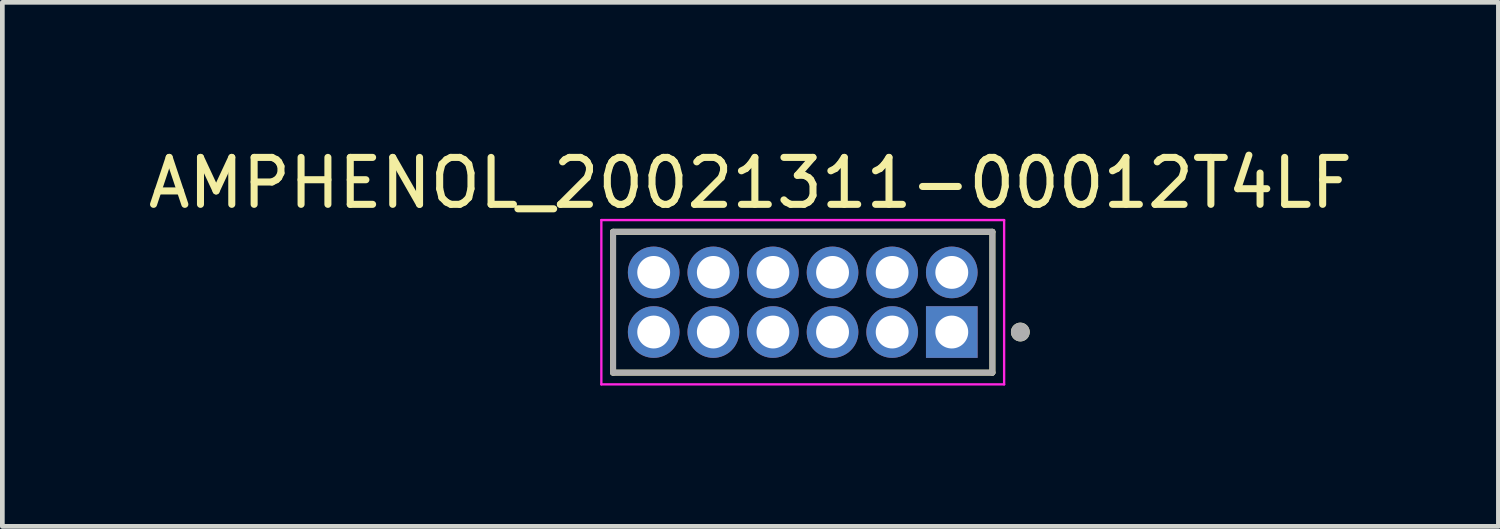
<source format=kicad_pcb>
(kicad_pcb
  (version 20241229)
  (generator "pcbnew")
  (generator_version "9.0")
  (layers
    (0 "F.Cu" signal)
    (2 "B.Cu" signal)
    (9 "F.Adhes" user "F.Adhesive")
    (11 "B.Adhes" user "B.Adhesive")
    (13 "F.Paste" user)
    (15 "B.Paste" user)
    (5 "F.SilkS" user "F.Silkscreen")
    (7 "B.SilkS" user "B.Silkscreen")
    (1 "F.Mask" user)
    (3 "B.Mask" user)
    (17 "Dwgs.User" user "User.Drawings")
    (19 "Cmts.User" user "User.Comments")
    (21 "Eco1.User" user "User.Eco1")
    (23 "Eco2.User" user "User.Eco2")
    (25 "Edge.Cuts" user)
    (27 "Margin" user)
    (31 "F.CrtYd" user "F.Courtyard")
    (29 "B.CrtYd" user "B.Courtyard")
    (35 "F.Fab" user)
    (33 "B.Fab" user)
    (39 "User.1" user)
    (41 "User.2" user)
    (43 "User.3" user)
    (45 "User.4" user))
  (footprint "AMPHENOL_20021311-00012T4LF"
    (layer "F.Cu")
    (at 14.05 3.388)
    (property "Reference" "AMPHENOL_20021311-00012T4LF" (at -1.115 -2.54 0) (layer "F.SilkS") (effects (font (size 1 1) (thickness 0.15))))
    (attr through_hole)
    (fp_line (start -4.04 -1.5) (end 4.04 -1.5) (stroke (width 0.127) (type solid)) (layer "F.SilkS"))
    (fp_line (start -4.04 1.5) (end -4.04 -1.5) (stroke (width 0.127) (type solid)) (layer "F.SilkS"))
    (fp_line (start 4.04 -1.5) (end 4.04 1.5) (stroke (width 0.127) (type solid)) (layer "F.SilkS"))
    (fp_line (start 4.04 1.5) (end -4.04 1.5) (stroke (width 0.127) (type solid)) (layer "F.SilkS"))
    (fp_circle (center 4.635 0.635) (end 4.735 0.635) (stroke (width 0.2) (type solid)) (fill no) (layer "F.SilkS"))
    (fp_line (start -4.29 -1.75) (end 4.29 -1.75) (stroke (width 0.05) (type solid)) (layer "F.CrtYd"))
    (fp_line (start -4.29 1.75) (end -4.29 -1.75) (stroke (width 0.05) (type solid)) (layer "F.CrtYd"))
    (fp_line (start 4.29 -1.75) (end 4.29 1.75) (stroke (width 0.05) (type solid)) (layer "F.CrtYd"))
    (fp_line (start 4.29 1.75) (end -4.29 1.75) (stroke (width 0.05) (type solid)) (layer "F.CrtYd"))
    (fp_line (start -4.04 -1.5) (end 4.04 -1.5) (stroke (width 0.127) (type solid)) (layer "F.Fab"))
    (fp_line (start -4.04 1.5) (end -4.04 -1.5) (stroke (width 0.127) (type solid)) (layer "F.Fab"))
    (fp_line (start 4.04 -1.5) (end 4.04 1.5) (stroke (width 0.127) (type solid)) (layer "F.Fab"))
    (fp_line (start 4.04 1.5) (end -4.04 1.5) (stroke (width 0.127) (type solid)) (layer "F.Fab"))
    (fp_circle (center 4.635 0.635) (end 4.735 0.635) (stroke (width 0.2) (type solid)) (fill no) (layer "F.Fab"))
    (pad "1" thru_hole rect (at 3.175 0.635) (size 1.1 1.1) (drill 0.7) (layers "*.Cu" "*.Mask"))
    (pad "2" thru_hole circle (at 3.175 -0.635) (size 1.1 1.1) (drill 0.7) (layers "*.Cu" "*.Mask"))
    (pad "3" thru_hole circle (at 1.905 0.635) (size 1.1 1.1) (drill 0.7) (layers "*.Cu" "*.Mask"))
    (pad "4" thru_hole circle (at 1.905 -0.635) (size 1.1 1.1) (drill 0.7) (layers "*.Cu" "*.Mask"))
    (pad "5" thru_hole circle (at 0.635 0.635) (size 1.1 1.1) (drill 0.7) (layers "*.Cu" "*.Mask"))
    (pad "6" thru_hole circle (at 0.635 -0.635) (size 1.1 1.1) (drill 0.7) (layers "*.Cu" "*.Mask"))
    (pad "7" thru_hole circle (at -0.635 0.635) (size 1.1 1.1) (drill 0.7) (layers "*.Cu" "*.Mask"))
    (pad "8" thru_hole circle (at -0.635 -0.635) (size 1.1 1.1) (drill 0.7) (layers "*.Cu" "*.Mask"))
    (pad "9" thru_hole circle (at -1.905 0.635) (size 1.1 1.1) (drill 0.7) (layers "*.Cu" "*.Mask"))
    (pad "10" thru_hole circle (at -1.905 -0.635) (size 1.1 1.1) (drill 0.7) (layers "*.Cu" "*.Mask"))
    (pad "11" thru_hole circle (at -3.175 0.635) (size 1.1 1.1) (drill 0.7) (layers "*.Cu" "*.Mask"))
    (pad "12" thru_hole circle (at -3.175 -0.635) (size 1.1 1.1) (drill 0.7) (layers "*.Cu" "*.Mask")))
  (gr_rect
    (start -3 -3)
    (end 28.869 8.163)
    (stroke (width 0.1) (type default))
    (fill no)
    (layer "Edge.Cuts")))
</source>
